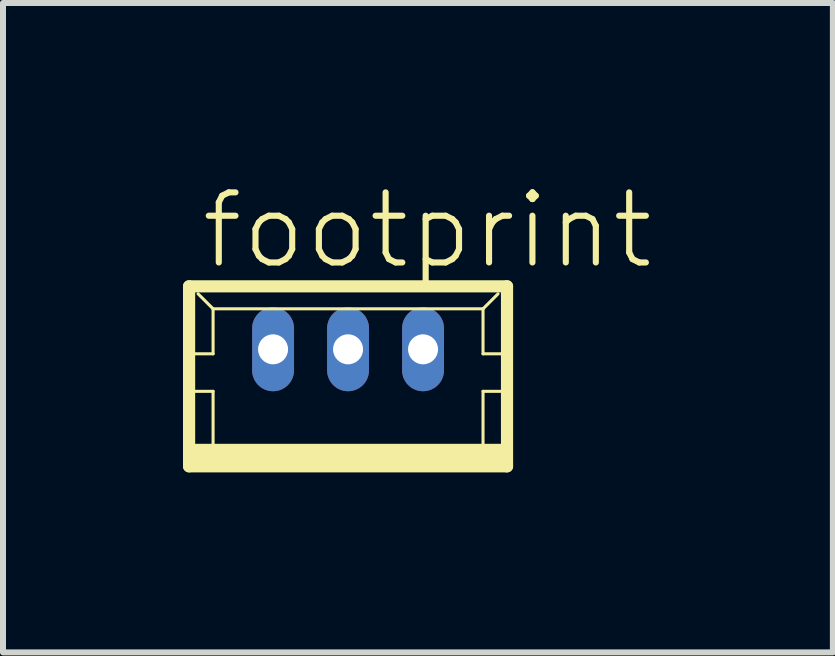
<source format=kicad_pcb>
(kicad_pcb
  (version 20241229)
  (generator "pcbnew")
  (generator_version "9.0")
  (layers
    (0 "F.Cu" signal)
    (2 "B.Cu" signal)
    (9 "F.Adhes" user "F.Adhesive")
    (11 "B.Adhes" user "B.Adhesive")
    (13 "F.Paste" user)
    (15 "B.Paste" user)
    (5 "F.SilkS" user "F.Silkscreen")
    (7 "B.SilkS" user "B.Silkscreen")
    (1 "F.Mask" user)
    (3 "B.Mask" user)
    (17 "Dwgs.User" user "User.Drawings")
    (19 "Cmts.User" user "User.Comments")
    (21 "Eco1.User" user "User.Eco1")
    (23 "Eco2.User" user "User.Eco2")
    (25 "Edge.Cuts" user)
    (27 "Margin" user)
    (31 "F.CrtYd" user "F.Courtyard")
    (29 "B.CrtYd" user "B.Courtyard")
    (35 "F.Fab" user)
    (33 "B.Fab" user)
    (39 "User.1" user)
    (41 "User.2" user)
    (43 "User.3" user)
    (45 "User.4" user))
  (footprint "footprint"
    (layer "F.Cu")
    (at 2.752 3.223)
    (property "Reference" "footprint" (at -2.5 -1.75 0) (layer "F.SilkS") (effects (font (size 1.168 1.168) (thickness 0.102)) (justify left bottom)))
    (fp_line (start -2.65 -1.5) (end -2.65 1.5) (stroke (width 0.203) (type solid)) (layer "F.SilkS"))
    (fp_line (start -2.65 1.5) (end 2.65 1.5) (stroke (width 0.203) (type solid)) (layer "F.SilkS"))
    (fp_line (start -2.625 -0.375) (end -2.25 -0.375) (stroke (width 0.051) (type solid)) (layer "F.SilkS"))
    (fp_line (start -2.625 0.25) (end -2.25 0.25) (stroke (width 0.051) (type solid)) (layer "F.SilkS"))
    (fp_line (start -2.25 -1.125) (end -2.5 -1.375) (stroke (width 0.051) (type solid)) (layer "F.SilkS"))
    (fp_line (start -2.25 -1.125) (end 2.25 -1.125) (stroke (width 0.051) (type solid)) (layer "F.SilkS"))
    (fp_line (start -2.25 -0.375) (end -2.25 -1.125) (stroke (width 0.051) (type solid)) (layer "F.SilkS"))
    (fp_line (start -2.25 0.25) (end -2.25 1.25) (stroke (width 0.051) (type solid)) (layer "F.SilkS"))
    (fp_line (start 2.25 -1.125) (end 2.25 -0.375) (stroke (width 0.051) (type solid)) (layer "F.SilkS"))
    (fp_line (start 2.25 -1.125) (end 2.5 -1.375) (stroke (width 0.051) (type solid)) (layer "F.SilkS"))
    (fp_line (start 2.25 -0.375) (end 2.625 -0.375) (stroke (width 0.051) (type solid)) (layer "F.SilkS"))
    (fp_line (start 2.25 0.25) (end 2.25 1.25) (stroke (width 0.051) (type solid)) (layer "F.SilkS"))
    (fp_line (start 2.25 0.25) (end 2.625 0.25) (stroke (width 0.051) (type solid)) (layer "F.SilkS"))
    (fp_line (start 2.65 -1.5) (end -2.65 -1.5) (stroke (width 0.203) (type solid)) (layer "F.SilkS"))
    (fp_line (start 2.65 1.5) (end 2.65 -1.5) (stroke (width 0.203) (type solid)) (layer "F.SilkS"))
    (fp_poly (pts (xy -2.625 1.5) (xy 2.625 1.5) (xy 2.625 1.125) (xy -2.625 1.125)) (stroke (width 0) (type solid)) (fill yes) (layer "F.SilkS"))
    (pad "1" thru_hole oval (at 1.25 -0.45 90) (size 1.397 0.698) (drill 0.5) (layers "*.Cu" "*.Mask"))
    (pad "2" thru_hole oval (at 0 -0.45 90) (size 1.397 0.698) (drill 0.5) (layers "*.Cu" "*.Mask"))
    (pad "3" thru_hole oval (at -1.25 -0.45 90) (size 1.397 0.698) (drill 0.5) (layers "*.Cu" "*.Mask")))
  (gr_rect
    (start -3 -3)
    (end 10.834 7.825)
    (stroke (width 0.1) (type default))
    (fill no)
    (layer "Edge.Cuts")))
</source>
